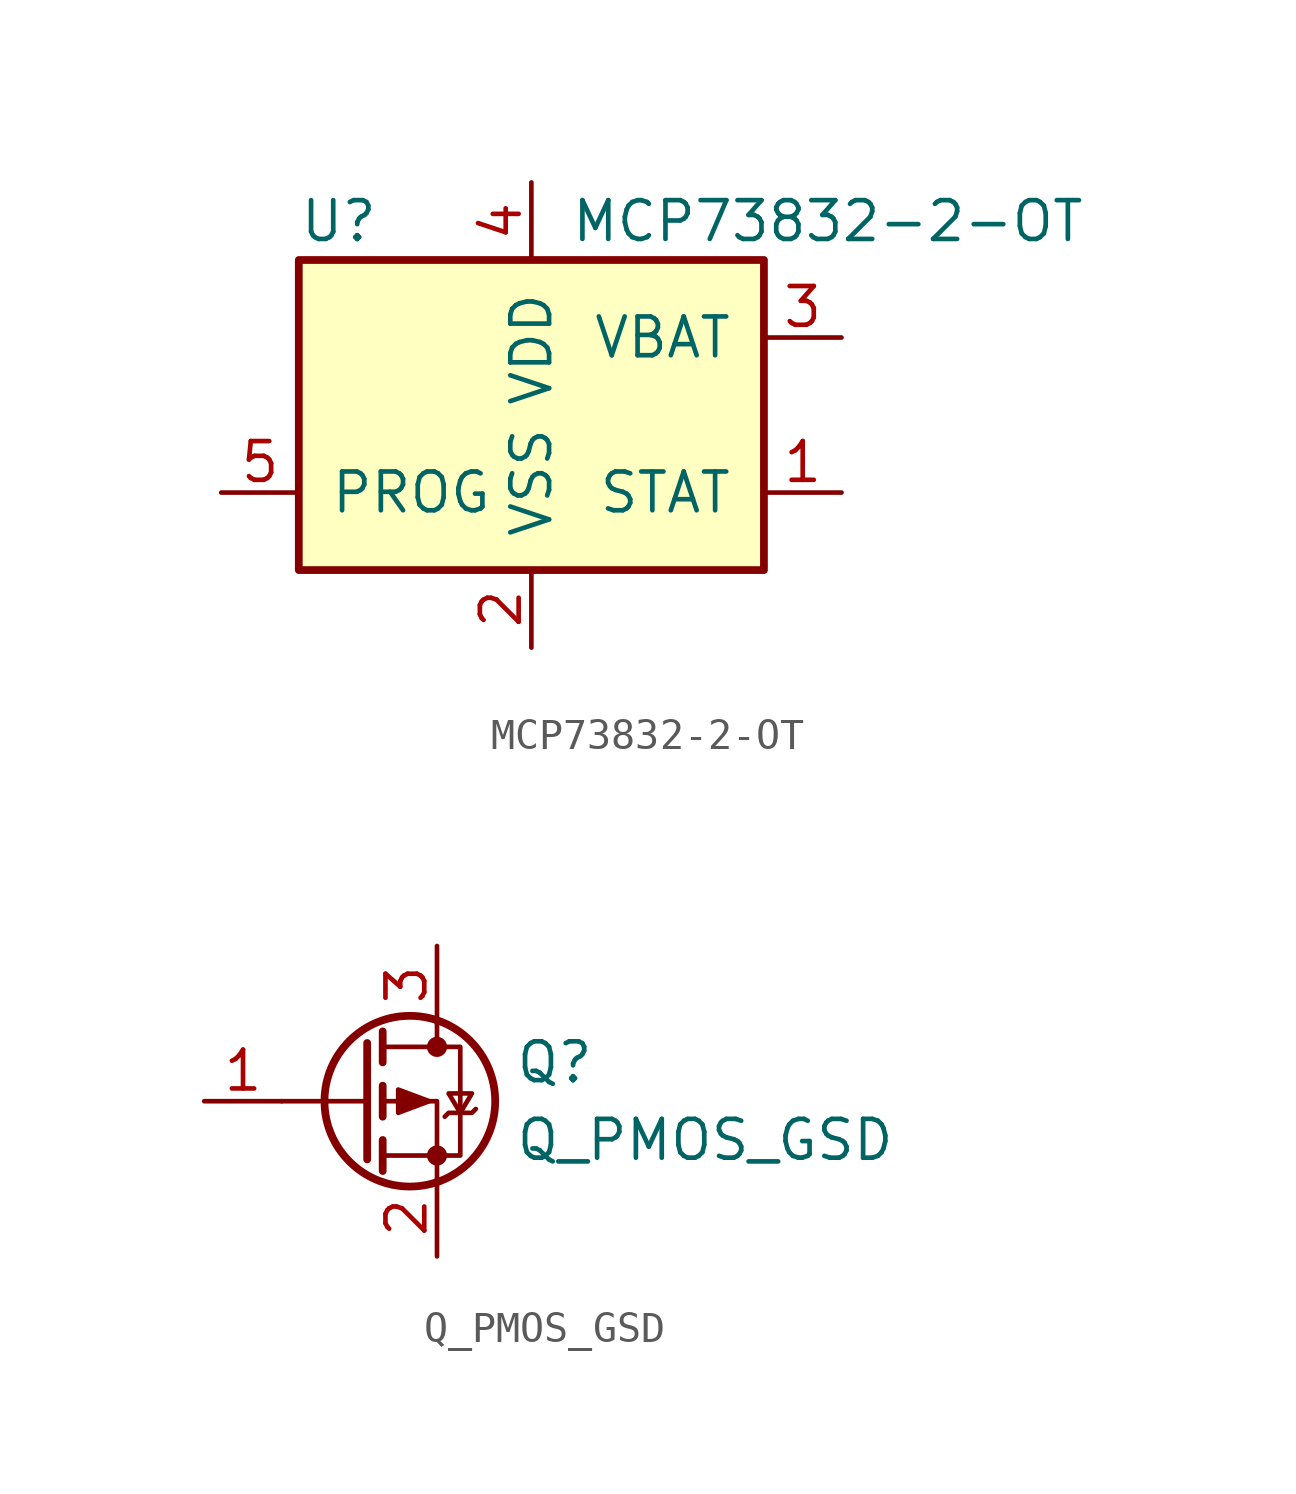
<source format=kicad_sym>
(kicad_symbol_lib
  (version 20241209)
  (generator "kicad_symbol_editor")
  (generator_version "9.0")
  (symbol "MCP73832-2-OT"
    (pin_names
      (offset 1.016))
    (property "Reference" "U"
      (at -7.62 6.35 0)
      (effects (font (size 1.27 1.27)) (justify left)))
    (property "Value" "MCP73832-2-OT"
      (at 1.27 6.35 0)
      (effects (font (size 1.27 1.27)) (justify left)))
    (symbol "MCP73832-2-OT_0_1"
      (rectangle (start -7.62 5.08) (end 7.62 -5.08) (stroke (width 0.254) (type default)) (fill (type background))))
    (symbol "MCP73832-2-OT_1_1"
      (pin input line (at -10.16 -2.54 0) (length 2.54) (name "PROG" (effects (font (size 1.27 1.27)))) (number "5" (effects (font (size 1.27 1.27)))))
      (pin power_in line (at 0 7.62 270) (length 2.54) (name "VDD" (effects (font (size 1.27 1.27)))) (number "4" (effects (font (size 1.27 1.27)))))
      (pin power_in line (at 0 -7.62 90) (length 2.54) (name "VSS" (effects (font (size 1.27 1.27)))) (number "2" (effects (font (size 1.27 1.27)))))
      (pin power_out line (at 10.16 2.54 180) (length 2.54) (name "VBAT" (effects (font (size 1.27 1.27)))) (number "3" (effects (font (size 1.27 1.27)))))
      (pin output line (at 10.16 -2.54 180) (length 2.54) (name "STAT" (effects (font (size 1.27 1.27)))) (number "1" (effects (font (size 1.27 1.27)))))))
  (symbol "Q_PMOS_GSD"
    (pin_names
      (offset 0)
      (hide yes))
    (property "Reference" "Q"
      (at 5.08 1.27 0)
      (effects (font (size 1.27 1.27)) (justify left)))
    (property "Value" "Q_PMOS_GSD"
      (at 5.08 -1.27 0)
      (effects (font (size 1.27 1.27)) (justify left)))
    (symbol "Q_PMOS_GSD_0_1"
      (polyline (pts (xy 0.254 1.905) (xy 0.254 -1.905)) (stroke (width 0.254) (type default)) (fill (type none)))
      (polyline (pts (xy 0.254 0) (xy -2.54 0)) (stroke (width 0) (type default)) (fill (type none)))
      (polyline (pts (xy 0.762 2.286) (xy 0.762 1.27)) (stroke (width 0.254) (type default)) (fill (type none)))
      (polyline (pts (xy 0.762 1.778) (xy 3.302 1.778) (xy 3.302 -1.778) (xy 0.762 -1.778)) (stroke (width 0) (type default)) (fill (type none)))
      (polyline (pts (xy 0.762 0.508) (xy 0.762 -0.508)) (stroke (width 0.254) (type default)) (fill (type none)))
      (polyline (pts (xy 0.762 -1.27) (xy 0.762 -2.286)) (stroke (width 0.254) (type default)) (fill (type none)))
      (circle (center 1.651 0) (radius 2.794) (stroke (width 0.254) (type default)) (fill (type none)))
      (polyline (pts (xy 2.286 0) (xy 1.27 0.381) (xy 1.27 -0.381) (xy 2.286 0)) (stroke (width 0) (type default)) (fill (type outline)))
      (polyline (pts (xy 2.54 2.54) (xy 2.54 1.778)) (stroke (width 0) (type default)) (fill (type none)))
      (circle (center 2.54 1.778) (radius 0.254) (stroke (width 0) (type default)) (fill (type outline)))
      (circle (center 2.54 -1.778) (radius 0.254) (stroke (width 0) (type default)) (fill (type outline)))
      (polyline (pts (xy 2.54 -2.54) (xy 2.54 0) (xy 0.762 0)) (stroke (width 0) (type default)) (fill (type none)))
      (polyline (pts (xy 2.794 -0.508) (xy 2.921 -0.381) (xy 3.683 -0.381) (xy 3.81 -0.254)) (stroke (width 0) (type default)) (fill (type none)))
      (polyline (pts (xy 3.302 -0.381) (xy 2.921 0.254) (xy 3.683 0.254) (xy 3.302 -0.381)) (stroke (width 0) (type default)) (fill (type none))))
    (symbol "Q_PMOS_GSD_1_1"
      (pin input line (at -5.08 0 0) (length 2.54) (name "G" (effects (font (size 1.27 1.27)))) (number "1" (effects (font (size 1.27 1.27)))))
      (pin passive line (at 2.54 5.08 270) (length 2.54) (name "D" (effects (font (size 1.27 1.27)))) (number "3" (effects (font (size 1.27 1.27)))))
      (pin passive line (at 2.54 -5.08 90) (length 2.54) (name "S" (effects (font (size 1.27 1.27)))) (number "2" (effects (font (size 1.27 1.27))))))))
</source>
